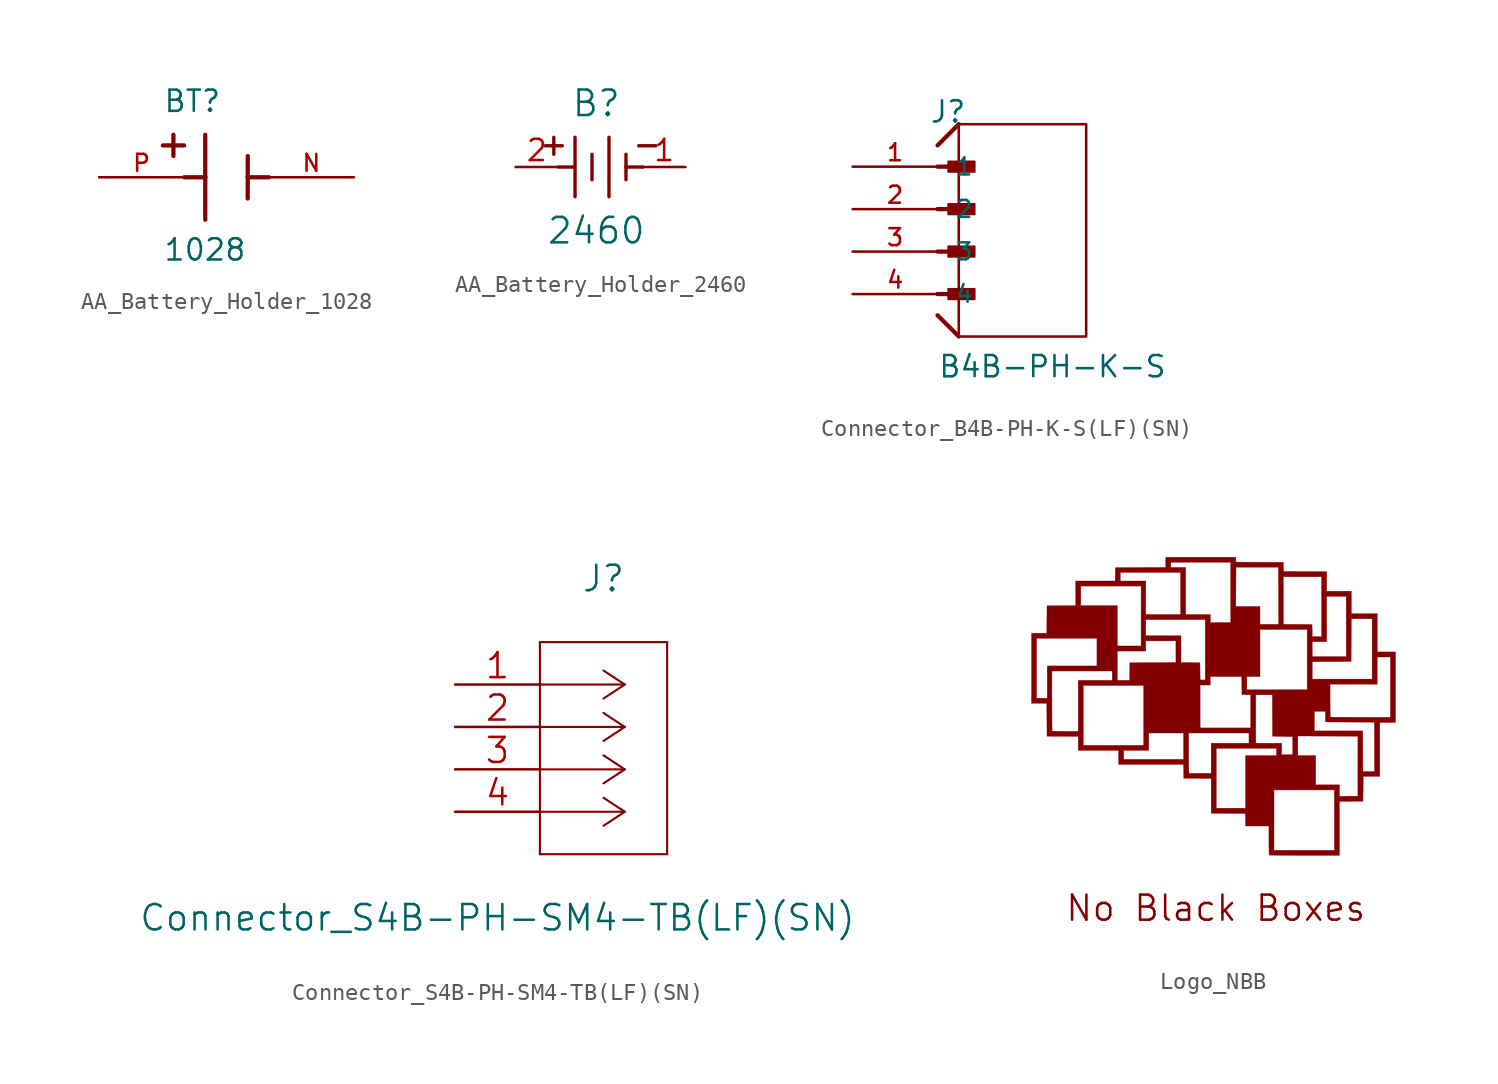
<source format=kicad_sym>
(kicad_symbol_lib
  (version 20231120)
  (generator "kicad_symbol_editor")
  (generator_version "8.0")
  (symbol "AA_Battery_Holder_1028"
    (pin_names
      (offset 1.016))
    (property "Reference" "BT"
      (at -3.81 3.81 0)
      (effects (font (size 1.27 1.27)) (justify left bottom)))
    (property "Value" "1028"
      (at -3.81 -5.08 0)
      (effects (font (size 1.27 1.27)) (justify left bottom)))
    (symbol "AA_Battery_Holder_1028_0_0"
      (polyline (pts (xy -3.81 1.905) (xy -2.54 1.905)) (stroke (width 0.254) (type default)) (fill (type none)))
      (polyline (pts (xy -3.175 2.54) (xy -3.175 1.27)) (stroke (width 0.254) (type default)) (fill (type none)))
      (polyline (pts (xy -1.27 0) (xy -2.54 0)) (stroke (width 0.254) (type default)) (fill (type none)))
      (polyline (pts (xy -1.27 0) (xy -1.27 -2.54)) (stroke (width 0.254) (type default)) (fill (type none)))
      (polyline (pts (xy -1.27 2.54) (xy -1.27 0)) (stroke (width 0.254) (type default)) (fill (type none)))
      (polyline (pts (xy 1.27 0) (xy 1.27 -1.27)) (stroke (width 0.254) (type default)) (fill (type none)))
      (polyline (pts (xy 1.27 0) (xy 2.54 0)) (stroke (width 0.254) (type default)) (fill (type none)))
      (polyline (pts (xy 1.27 1.27) (xy 1.27 0)) (stroke (width 0.254) (type default)) (fill (type none)))
      (pin passive line (at 7.62 0 180) (length 5.08) (name "~" (effects (font (size 1.016 1.016)))) (number "N" (effects (font (size 1.016 1.016)))))
      (pin passive line (at -7.62 0 0) (length 5.08) (name "~" (effects (font (size 1.016 1.016)))) (number "P" (effects (font (size 1.016 1.016)))))))
  (symbol "AA_Battery_Holder_2460"
    (pin_names
      (offset 0.254))
    (property "Reference" "B"
      (at 4.826 3.81 0)
      (effects (font (size 1.524 1.524))))
    (property "Value" "2460"
      (at 4.826 -3.81 0)
      (effects (font (size 1.524 1.524))))
    (symbol "AA_Battery_Holder_2460_0_1"
      (polyline (pts (xy 1.778 1.27) (xy 2.794 1.27)) (stroke (width 0.203) (type default)) (fill (type none)))
      (polyline (pts (xy 2.286 0.762) (xy 2.286 1.778)) (stroke (width 0.203) (type default)) (fill (type none)))
      (polyline (pts (xy 2.54 0) (xy 3.48 0)) (stroke (width 0.203) (type default)) (fill (type none)))
      (polyline (pts (xy 3.556 -1.778) (xy 3.556 1.778)) (stroke (width 0.203) (type default)) (fill (type none)))
      (polyline (pts (xy 4.572 0.762) (xy 4.572 -0.762)) (stroke (width 0.203) (type default)) (fill (type none)))
      (polyline (pts (xy 5.588 -1.778) (xy 5.588 1.778)) (stroke (width 0.203) (type default)) (fill (type none)))
      (polyline (pts (xy 6.604 0) (xy 7.62 0)) (stroke (width 0.203) (type default)) (fill (type none)))
      (polyline (pts (xy 6.604 0.762) (xy 6.604 -0.762)) (stroke (width 0.203) (type default)) (fill (type none)))
      (polyline (pts (xy 7.366 1.27) (xy 8.382 1.27)) (stroke (width 0.203) (type default)) (fill (type none)))
      (pin unspecified line (at 10.16 0 180) (length 2.54) (name "" (effects (font (size 1.27 1.27)))) (number "1" (effects (font (size 1.27 1.27)))))
      (pin unspecified line (at 0 0 0) (length 2.54) (name "" (effects (font (size 1.27 1.27)))) (number "2" (effects (font (size 1.27 1.27)))))))
  (symbol "Connector_B4B-PH-K-S(LF)(SN)"
    (pin_names
      (offset 1.016))
    (property "Reference" "J"
      (at -5.58 7.62 0)
      (effects (font (size 1.27 1.27)) (justify left bottom)))
    (property "Value" "B4B-PH-K-S"
      (at -5.08 -7.62 0)
      (effects (font (size 1.27 1.27)) (justify left bottom)))
    (symbol "Connector_B4B-PH-K-S(LF)(SN)_0_0"
      (rectangle (start -4.445 -2.857) (end -2.857 -2.223) (stroke (width 0.1) (type default)) (fill (type outline)))
      (rectangle (start -4.445 -0.318) (end -2.857 0.318) (stroke (width 0.1) (type default)) (fill (type outline)))
      (rectangle (start -4.445 2.223) (end -2.857 2.857) (stroke (width 0.1) (type default)) (fill (type outline)))
      (rectangle (start -4.445 4.763) (end -2.857 5.397) (stroke (width 0.1) (type default)) (fill (type outline)))
      (polyline (pts (xy -5.08 -3.81) (xy -3.81 -5.08)) (stroke (width 0.254) (type default)) (fill (type none)))
      (polyline (pts (xy -5.08 -2.54) (xy -3.175 -2.54)) (stroke (width 0.254) (type default)) (fill (type none)))
      (polyline (pts (xy -5.08 0) (xy -3.175 0)) (stroke (width 0.254) (type default)) (fill (type none)))
      (polyline (pts (xy -5.08 2.54) (xy -3.175 2.54)) (stroke (width 0.254) (type default)) (fill (type none)))
      (polyline (pts (xy -5.08 5.08) (xy -3.175 5.08)) (stroke (width 0.254) (type default)) (fill (type none)))
      (polyline (pts (xy -5.08 6.35) (xy -3.81 7.62)) (stroke (width 0.254) (type default)) (fill (type none)))
      (pin passive line (at -10.16 5.08 0) (length 5.08) (name "1" (effects (font (size 1.016 1.016)))) (number "1" (effects (font (size 1.016 1.016)))))
      (pin passive line (at -10.16 2.54 0) (length 5.08) (name "2" (effects (font (size 1.016 1.016)))) (number "2" (effects (font (size 1.016 1.016)))))
      (pin passive line (at -10.16 0 0) (length 5.08) (name "3" (effects (font (size 1.016 1.016)))) (number "3" (effects (font (size 1.016 1.016)))))
      (pin passive line (at -10.16 -2.54 0) (length 5.08) (name "4" (effects (font (size 1.016 1.016)))) (number "4" (effects (font (size 1.016 1.016))))))
    (symbol "Connector_B4B-PH-K-S(LF)(SN)_0_1"
      (rectangle (start -3.81 -5.08) (end 3.81 7.62) (stroke (width 0) (type default)) (fill (type none)))))
  (symbol "Connector_S4B-PH-SM4-TB(LF)(SN)"
    (pin_names
      (offset 0.254) hide)
    (property "Reference" "J"
      (at 8.89 6.35 0)
      (effects (font (size 1.524 1.524))))
    (property "Value" "Connector_S4B-PH-SM4-TB(LF)(SN)"
      (at 2.54 -13.97 0)
      (effects (font (size 1.524 1.524))))
    (property "Datasheet" ""
      (at 0 0 0)
      (effects (font (size 1.524 1.524))))
    (symbol "Connector_S4B-PH-SM4-TB(LF)(SN)_1_1"
      (polyline (pts (xy 5.08 -10.16) (xy 12.7 -10.16)) (stroke (width 0.127) (type default)) (fill (type none)))
      (polyline (pts (xy 5.08 2.54) (xy 5.08 -10.16)) (stroke (width 0.127) (type default)) (fill (type none)))
      (polyline (pts (xy 10.16 -7.62) (xy 5.08 -7.62)) (stroke (width 0.127) (type default)) (fill (type none)))
      (polyline (pts (xy 10.16 -7.62) (xy 8.89 -8.458)) (stroke (width 0.127) (type default)) (fill (type none)))
      (polyline (pts (xy 10.16 -7.62) (xy 8.89 -6.782)) (stroke (width 0.127) (type default)) (fill (type none)))
      (polyline (pts (xy 10.16 -5.08) (xy 5.08 -5.08)) (stroke (width 0.127) (type default)) (fill (type none)))
      (polyline (pts (xy 10.16 -5.08) (xy 8.89 -5.918)) (stroke (width 0.127) (type default)) (fill (type none)))
      (polyline (pts (xy 10.16 -5.08) (xy 8.89 -4.242)) (stroke (width 0.127) (type default)) (fill (type none)))
      (polyline (pts (xy 10.16 -2.54) (xy 5.08 -2.54)) (stroke (width 0.127) (type default)) (fill (type none)))
      (polyline (pts (xy 10.16 -2.54) (xy 8.89 -3.378)) (stroke (width 0.127) (type default)) (fill (type none)))
      (polyline (pts (xy 10.16 -2.54) (xy 8.89 -1.702)) (stroke (width 0.127) (type default)) (fill (type none)))
      (polyline (pts (xy 10.16 0) (xy 5.08 0)) (stroke (width 0.127) (type default)) (fill (type none)))
      (polyline (pts (xy 10.16 0) (xy 8.89 -0.838)) (stroke (width 0.127) (type default)) (fill (type none)))
      (polyline (pts (xy 10.16 0) (xy 8.89 0.838)) (stroke (width 0.127) (type default)) (fill (type none)))
      (polyline (pts (xy 12.7 -10.16) (xy 12.7 2.54)) (stroke (width 0.127) (type default)) (fill (type none)))
      (polyline (pts (xy 12.7 2.54) (xy 5.08 2.54)) (stroke (width 0.127) (type default)) (fill (type none)))
      (pin passive line (at 0 0 0) (length 5.08) (name "1" (effects (font (size 1.499 1.499)))) (number "1" (effects (font (size 1.499 1.499)))))
      (pin passive line (at 0 -2.54 0) (length 5.08) (name "2" (effects (font (size 1.499 1.499)))) (number "2" (effects (font (size 1.499 1.499)))))
      (pin passive line (at 0 -5.08 0) (length 5.08) (name "3" (effects (font (size 1.499 1.499)))) (number "3" (effects (font (size 1.499 1.499)))))
      (pin passive line (at 0 -7.62 0) (length 5.08) (name "4" (effects (font (size 1.499 1.499)))) (number "4" (effects (font (size 1.499 1.499)))))))
  (symbol "Logo_NBB"
    (pin_names
      (offset 1.016))
    (property "Reference" "#G"
      (at 0 14.366 0)
      (effects (font (size 1.27 1.27)) (hide yes)))
    (symbol "Logo_NBB_0_0"
      (polyline (pts (xy 7.399 -7.92) (xy 7.399 -6.306) (xy 8.104 -6.3) (xy 8.81 -6.293) (xy 8.817 -5.549) (xy 8.823 -4.805) (xy 9.319 -4.805) (xy 9.814 -4.805) (xy 9.814 -3.191) (xy 9.814 -1.576) (xy 10.284 -1.576) (xy 10.755 -1.576) (xy 10.755 0.534) (xy 10.755 2.644) (xy 10.208 2.644) (xy 9.662 2.644) (xy 9.662 3.788) (xy 9.662 4.933) (xy 8.886 4.933) (xy 8.111 4.933) (xy 8.111 5.606) (xy 8.111 6.28) (xy 7.373 6.28) (xy 6.636 6.28) (xy 6.636 6.865) (xy 6.636 7.449) (xy 5.346 7.456) (xy 4.055 7.462) (xy 4.048 7.736) (xy 4.041 8.009) (xy 2.624 8.015) (xy 1.208 8.022) (xy 1.2 8.168) (xy 1.192 8.314) (xy -0.904 8.314) (xy -3 8.314) (xy -3 8.009) (xy -3 8.009) (xy -2.695 8.009) (xy -0.903 8.009) (xy 0.89 8.009) (xy 0.89 6.204) (xy 0.89 5.365) (xy 1.194 5.365) (xy 1.201 6.541) (xy 1.208 7.717) (xy 2.479 7.717) (xy 3.75 7.717) (xy 3.752 7.145) (xy 4.043 7.145) (xy 5.187 7.145) (xy 6.331 7.145) (xy 6.331 5.352) (xy 6.331 3.56) (xy 6.052 3.56) (xy 5.773 3.56) (xy 5.766 3.922) (xy 5.759 4.284) (xy 4.901 4.291) (xy 4.043 4.298) (xy 4.043 5.721) (xy 4.043 7.145) (xy 3.752 7.145) (xy 3.757 6.007) (xy 3.763 4.297) (xy 3.204 4.297) (xy 2.644 4.297) (xy 2.644 4.831) (xy 2.644 5.365) (xy 1.919 5.365) (xy 1.194 5.365) (xy 0.89 5.365) (xy 0.89 4.399) (xy 0.28 4.399) (xy -0.331 4.399) (xy -0.331 4.64) (xy -0.331 4.882) (xy -1.068 4.882) (xy -1.805 4.882) (xy -1.805 6.293) (xy -1.805 7.704) (xy -2.25 7.704) (xy -2.695 7.704) (xy -2.695 7.856) (xy -2.695 8.009) (xy -3 8.009) (xy -3 7.704) (xy -4.507 7.698) (xy -6.013 7.691) (xy -6.018 7.399) (xy -5.721 7.399) (xy -3.916 7.399) (xy -2.11 7.399) (xy -2.11 6.14) (xy -2.11 4.882) (xy -3.153 4.882) (xy -4.195 4.882) (xy -4.195 5.886) (xy -4.195 6.89) (xy -4.958 6.89) (xy -5.721 6.89) (xy -5.721 7.145) (xy -5.721 7.399) (xy -6.018 7.399) (xy -6.02 7.291) (xy -6.027 6.89) (xy -7.209 6.89) (xy -8.39 6.89) (xy -8.39 6.585) (xy -8.085 6.585) (xy -6.28 6.585) (xy -4.475 6.585) (xy -4.475 4.793) (xy -4.475 4.577) (xy -4.195 4.577) (xy -2.416 4.577) (xy -0.636 4.577) (xy -0.636 2.771) (xy -0.636 0.966) (xy -0.788 0.966) (xy -0.94 0.966) (xy -0.947 1.481) (xy -0.954 1.996) (xy -1.519 2.003) (xy -2.085 2.01) (xy -2.085 2.81) (xy -2.085 3.611) (xy -3.14 3.611) (xy -4.195 3.611) (xy -4.195 4.093) (xy -4.195 4.577) (xy -4.475 4.577) (xy -4.475 3) (xy -5.187 3) (xy -5.899 3) (xy -5.899 4.208) (xy -5.899 5.416) (xy -6.992 5.416) (xy -8.085 5.416) (xy -8.085 6) (xy -8.085 6.585) (xy -8.39 6.585) (xy -8.39 6.153) (xy -8.39 5.416) (xy -9.248 5.41) (xy -10.107 5.403) (xy -10.113 4.583) (xy -10.12 3.763) (xy -10.577 3.763) (xy -11.035 3.763) (xy -11.035 1.665) (xy -11.035 -0.127) (xy -10.73 -0.127) (xy -10.73 1.665) (xy -10.73 3.458) (xy -8.924 3.458) (xy -7.119 3.458) (xy -7.119 2.632) (xy -7.119 1.805) (xy -8.607 1.805) (xy -10.094 1.805) (xy -10.094 1.5) (xy -9.814 1.5) (xy -8.009 1.5) (xy -6.204 1.5) (xy -6.204 1.22) (xy -6.204 0.941) (xy -5.899 0.941) (xy -5.899 1.818) (xy -5.899 2.695) (xy -5.047 2.695) (xy -4.195 2.695) (xy -4.195 3) (xy -4.195 3.305) (xy -3.293 3.305) (xy -2.39 3.305) (xy -2.39 2.657) (xy -2.39 2.009) (xy -3.769 2.002) (xy -5.149 1.996) (xy -5.156 1.468) (xy -5.162 0.941) (xy -5.531 0.941) (xy -5.899 0.941) (xy -6.204 0.941) (xy -7.221 0.941) (xy -8.238 0.941) (xy -8.238 -0.585) (xy -8.238 -2.11) (xy -9.009 -2.11) (xy -9.085 -2.11) (xy -9.272 -2.109) (xy -9.441 -2.107) (xy -9.584 -2.105) (xy -9.695 -2.101) (xy -9.769 -2.098) (xy -9.797 -2.093) (xy -9.799 -2.078) (xy -9.802 -2.015) (xy -9.805 -1.909) (xy -9.807 -1.764) (xy -9.809 -1.583) (xy -9.811 -1.37) (xy -9.812 -1.13) (xy -9.813 -0.867) (xy -9.814 -0.585) (xy -9.814 -0.288) (xy -9.814 1.5) (xy -10.094 1.5) (xy -10.094 0.839) (xy -10.094 -0.127) (xy -10.412 -0.127) (xy -10.73 -0.127) (xy -11.035 -0.127) (xy -11.035 -0.432) (xy -10.577 -0.432) (xy -10.12 -0.432) (xy -10.113 -1.417) (xy -10.107 -2.403) (xy -9.172 -2.409) (xy -8.238 -2.416) (xy -8.238 -2.835) (xy -8.238 -2.949) (xy -7.933 -2.949) (xy -7.933 -1.157) (xy -7.933 0.636) (xy -6.128 0.636) (xy -4.322 0.636) (xy -4.322 -1.157) (xy -4.322 -1.907) (xy -0.941 -1.907) (xy -0.941 -0.623) (xy -0.941 0.661) (xy -0.636 0.661) (xy -0.331 0.661) (xy -0.331 0.915) (xy -0.331 1.17) (xy 0.61 1.17) (xy 1.55 1.17) (xy 1.557 0.629) (xy 1.56 0.381) (xy 1.856 0.381) (xy 1.856 0.775) (xy 1.856 1.17) (xy 2.25 1.17) (xy 2.644 1.17) (xy 2.644 2.581) (xy 2.644 3.992) (xy 4.055 3.992) (xy 5.466 3.992) (xy 5.466 2.365) (xy 5.771 2.365) (xy 5.771 2.81) (xy 5.771 3.255) (xy 6.204 3.255) (xy 6.636 3.255) (xy 6.636 4.615) (xy 6.636 5.975) (xy 7.221 5.975) (xy 7.806 5.975) (xy 7.806 4.17) (xy 7.806 2.365) (xy 6.788 2.365) (xy 5.771 2.365) (xy 5.466 2.365) (xy 5.466 2.187) (xy 5.466 1.017) (xy 5.771 1.017) (xy 5.771 1.538) (xy 5.771 2.059) (xy 6.935 2.066) (xy 8.098 2.072) (xy 8.104 3.35) (xy 8.111 4.628) (xy 8.734 4.628) (xy 9.357 4.628) (xy 9.357 2.822) (xy 9.357 1.017) (xy 7.564 1.017) (xy 5.771 1.017) (xy 5.466 1.017) (xy 5.466 0.712) (xy 6.839 0.712) (xy 8.251 0.712) (xy 9.662 0.712) (xy 9.662 1.526) (xy 9.662 2.339) (xy 10.056 2.339) (xy 10.45 2.339) (xy 10.45 0.534) (xy 10.45 -1.271) (xy 8.662 -1.271) (xy 8.442 -1.271) (xy 8.156 -1.27) (xy 7.887 -1.27) (xy 7.641 -1.268) (xy 7.421 -1.266) (xy 7.231 -1.264) (xy 7.075 -1.262) (xy 6.958 -1.26) (xy 6.884 -1.257) (xy 6.856 -1.254) (xy 6.856 -1.253) (xy 6.852 -1.216) (xy 6.848 -1.135) (xy 6.846 -1.015) (xy 6.843 -0.862) (xy 6.841 -0.682) (xy 6.84 -0.48) (xy 6.839 -0.263) (xy 6.839 0.712) (xy 5.466 0.712) (xy 5.466 0.381) (xy 3.661 0.381) (xy 1.856 0.381) (xy 1.56 0.381) (xy 1.564 0.089) (xy 1.824 0.082) (xy 2.021 0.076) (xy 2.39 0.076) (xy 2.885 0.076) (xy 3.381 0.076) (xy 3.386 -0.915) (xy 5.899 -0.915) (xy 6.229 -0.915) (xy 6.56 -0.915) (xy 6.56 -1.233) (xy 6.56 -1.55) (xy 8.028 -1.557) (xy 9.496 -1.564) (xy 9.496 -3.038) (xy 9.496 -4.513) (xy 9.164 -4.52) (xy 9.142 -4.521) (xy 9.019 -4.521) (xy 8.917 -4.52) (xy 8.845 -4.516) (xy 8.815 -4.509) (xy 8.811 -4.482) (xy 8.808 -4.409) (xy 8.805 -4.295) (xy 8.802 -4.145) (xy 8.8 -3.964) (xy 8.799 -3.758) (xy 8.797 -3.531) (xy 8.797 -3.288) (xy 8.797 -2.085) (xy 7.348 -2.085) (xy 5.899 -2.085) (xy 5.899 -1.5) (xy 5.899 -0.915) (xy 3.386 -0.915) (xy 3.388 -1.163) (xy 3.394 -2.39) (xy 4.907 -2.39) (xy 6.706 -2.396) (xy 8.505 -2.403) (xy 8.505 -4.195) (xy 8.505 -5.988) (xy 7.952 -5.995) (xy 7.399 -6.001) (xy 7.399 -5.658) (xy 7.399 -5.314) (xy 6.687 -5.314) (xy 5.975 -5.314) (xy 5.975 -4.437) (xy 5.975 -3.559) (xy 5.441 -3.559) (xy 4.907 -3.559) (xy 4.907 -2.975) (xy 4.907 -2.39) (xy 3.394 -2.39) (xy 3.394 -2.403) (xy 3.998 -2.409) (xy 4.602 -2.416) (xy 4.602 -2.962) (xy 4.602 -3.509) (xy 4.271 -3.509) (xy 3.941 -3.509) (xy 3.941 -3.165) (xy 3.941 -2.822) (xy 3.165 -2.822) (xy 2.39 -2.822) (xy 2.39 -1.373) (xy 2.39 0.076) (xy 2.021 0.076) (xy 2.085 0.074) (xy 2.085 -0.916) (xy 2.085 -1.907) (xy 0.572 -1.907) (xy -0.941 -1.907) (xy -4.322 -1.907) (xy -4.322 -2.949) (xy -6.128 -2.949) (xy -7.933 -2.949) (xy -8.238 -2.949) (xy -8.238 -3.254) (xy -7.03 -3.254) (xy -5.822 -3.254) (xy -5.822 -3.674) (xy -5.822 -3.788) (xy -5.517 -3.788) (xy -5.517 -3.521) (xy -5.517 -3.254) (xy -4.767 -3.254) (xy -4.017 -3.254) (xy -4.017 -2.733) (xy -4.017 -2.212) (xy -2.975 -2.212) (xy -1.932 -2.212) (xy -1.627 -2.212) (xy 0.178 -2.212) (xy 1.983 -2.212) (xy 1.983 -2.517) (xy 1.983 -2.822) (xy 0.852 -2.822) (xy -0.28 -2.822) (xy -0.28 -3.725) (xy -0.28 -4.627) (xy -0.937 -4.627) (xy -1.095 -4.627) (xy -1.258 -4.625) (xy -1.398 -4.623) (xy -1.508 -4.619) (xy -1.581 -4.615) (xy -1.61 -4.61) (xy -1.614 -4.585) (xy -1.617 -4.514) (xy -1.62 -4.402) (xy -1.622 -4.254) (xy -1.624 -4.075) (xy -1.626 -3.87) (xy -1.627 -3.644) (xy -1.627 -3.403) (xy -1.627 -2.212) (xy -1.932 -2.212) (xy -1.932 -3) (xy -1.932 -3.788) (xy -3.725 -3.788) (xy -5.517 -3.788) (xy -5.822 -3.788) (xy -5.822 -4.093) (xy -3.878 -4.093) (xy -1.934 -4.093) (xy -1.927 -4.507) (xy -1.92 -4.92) (xy -1.1 -4.926) (xy -0.28 -4.933) (xy -0.28 -5.975) (xy -0.28 -6.712) (xy 0.025 -6.712) (xy 0.025 -4.92) (xy 0.025 -3.127) (xy 1.831 -3.127) (xy 3.636 -3.127) (xy 3.636 -3.343) (xy 3.636 -3.559) (xy 2.708 -3.559) (xy 1.78 -3.559) (xy 1.78 -5.136) (xy 1.78 -6.712) (xy 0.903 -6.712) (xy 0.025 -6.712) (xy -0.28 -6.712) (xy -0.28 -7.017) (xy 0.744 -7.023) (xy 1.767 -7.03) (xy 1.774 -7.405) (xy 1.781 -7.78) (xy 2.48 -7.78) (xy 3.178 -7.78) (xy 3.178 -8.64) (xy 3.178 -8.794) (xy 3.18 -8.986) (xy 3.182 -9.158) (xy 3.183 -9.229) (xy 3.483 -9.229) (xy 3.483 -7.424) (xy 3.483 -5.619) (xy 5.288 -5.619) (xy 7.094 -5.619) (xy 7.094 -7.424) (xy 7.094 -9.229) (xy 5.288 -9.229) (xy 3.483 -9.229) (xy 3.183 -9.229) (xy 3.184 -9.303) (xy 3.187 -9.415) (xy 3.191 -9.489) (xy 3.195 -9.518) (xy 3.204 -9.519) (xy 3.257 -9.521) (xy 3.355 -9.524) (xy 3.494 -9.526) (xy 3.671 -9.528) (xy 3.881 -9.53) (xy 4.121 -9.531) (xy 4.388 -9.533) (xy 4.676 -9.534) (xy 4.984 -9.534) (xy 5.305 -9.534) (xy 7.399 -9.534) (xy 7.399 -7.92)) (stroke (width 0.01) (type default)) (fill (type outline))))
    (symbol "Logo_NBB_1_1"
      (text "No Black Boxes" (at 0 -12.7 0) (effects (font (size 1.5 1.5)))))))
</source>
